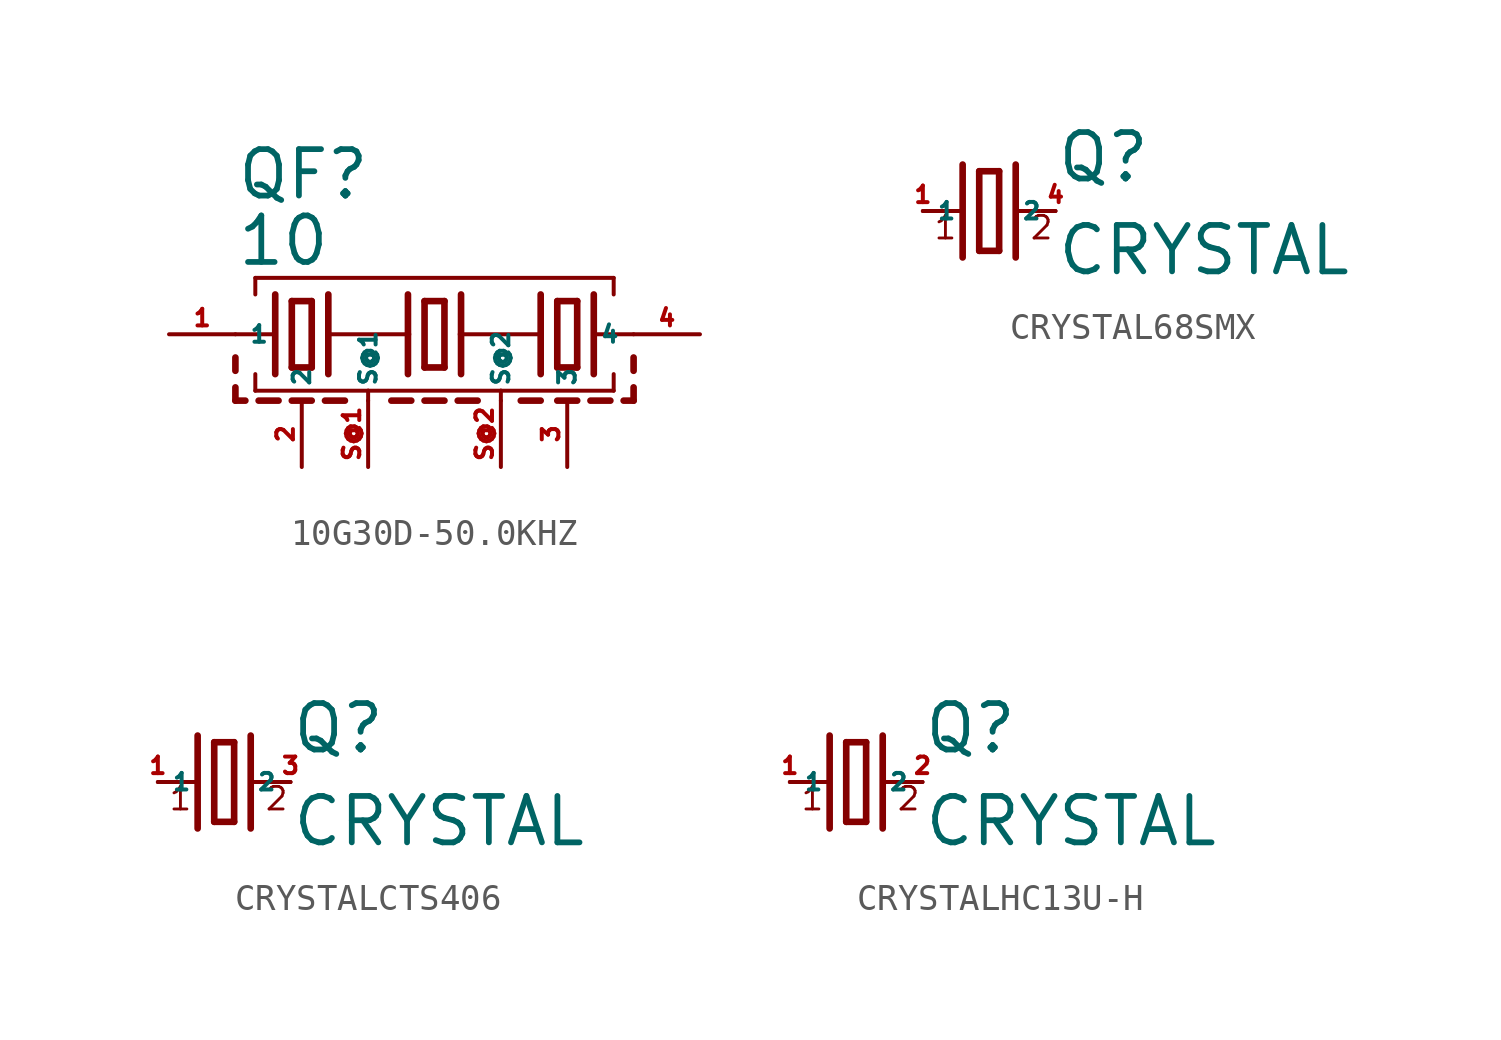
<source format=kicad_sym>
(kicad_symbol_lib
  (version 20220914)
  (generator Eagle2Kicad)
  (symbol "10G30D-50.0KHZ"
    (property "Reference" "QF"
      (at -7.62 5.08 0)
      (effects (font (size 1.778 1.778) (thickness 0.22)) (justify left bottom)))
    (property "Value" "10"
      (at -7.62 2.54 0)
      (effects (font (size 1.778 1.778) (thickness 0.22)) (justify left bottom)))
    (polyline
      (pts (xy 6.096 0) (xy 7.62 0))
      (stroke (width 0.152) (type default))
      (fill (type none)))
    (polyline
      (pts (xy -7.62 0) (xy -6.096 0))
      (stroke (width 0.152) (type default))
      (fill (type none)))
    (polyline
      (pts (xy -0.381 1.27) (xy -0.381 -1.27))
      (stroke (width 0.254) (type default))
      (fill (type none)))
    (polyline
      (pts (xy -0.381 -1.27) (xy 0.381 -1.27))
      (stroke (width 0.254) (type default))
      (fill (type none)))
    (polyline
      (pts (xy 0.381 -1.27) (xy 0.381 1.27))
      (stroke (width 0.254) (type default))
      (fill (type none)))
    (polyline
      (pts (xy 0.381 1.27) (xy -0.381 1.27))
      (stroke (width 0.254) (type default))
      (fill (type none)))
    (polyline
      (pts (xy 6.096 1.524) (xy 6.096 -1.524))
      (stroke (width 0.254) (type default))
      (fill (type none)))
    (polyline
      (pts (xy -6.096 1.524) (xy -6.096 -1.524))
      (stroke (width 0.254) (type default))
      (fill (type none)))
    (polyline
      (pts (xy -6.858 1.524) (xy -6.858 2.159))
      (stroke (width 0.152) (type default))
      (fill (type none)))
    (polyline
      (pts (xy -6.858 2.159) (xy 6.858 2.159))
      (stroke (width 0.152) (type default))
      (fill (type none)))
    (polyline
      (pts (xy 6.858 2.159) (xy 6.858 1.524))
      (stroke (width 0.152) (type default))
      (fill (type none)))
    (polyline
      (pts (xy 6.858 -1.524) (xy 6.858 -2.159))
      (stroke (width 0.152) (type default))
      (fill (type none)))
    (polyline
      (pts (xy -6.858 -2.159) (xy -2.54 -2.159))
      (stroke (width 0.152) (type default))
      (fill (type none)))
    (polyline
      (pts (xy -2.54 -2.159) (xy 2.54 -2.159))
      (stroke (width 0.152) (type default))
      (fill (type none)))
    (polyline
      (pts (xy 2.54 -2.159) (xy 6.858 -2.159))
      (stroke (width 0.152) (type default))
      (fill (type none)))
    (polyline
      (pts (xy -6.858 -2.159) (xy -6.858 -1.524))
      (stroke (width 0.152) (type default))
      (fill (type none)))
    (polyline
      (pts (xy -1.016 1.524) (xy -1.016 0))
      (stroke (width 0.254) (type default))
      (fill (type none)))
    (polyline
      (pts (xy -1.016 0) (xy -1.016 -1.524))
      (stroke (width 0.254) (type default))
      (fill (type none)))
    (polyline
      (pts (xy 1.016 1.524) (xy 1.016 0))
      (stroke (width 0.254) (type default))
      (fill (type none)))
    (polyline
      (pts (xy 1.016 0) (xy 1.016 -1.524))
      (stroke (width 0.254) (type default))
      (fill (type none)))
    (polyline
      (pts (xy -4.699 1.27) (xy -5.461 1.27))
      (stroke (width 0.254) (type default))
      (fill (type none)))
    (polyline
      (pts (xy -5.461 -1.27) (xy -4.699 -1.27))
      (stroke (width 0.254) (type default))
      (fill (type none)))
    (polyline
      (pts (xy -5.461 1.27) (xy -5.461 -1.27))
      (stroke (width 0.254) (type default))
      (fill (type none)))
    (polyline
      (pts (xy -4.699 -1.27) (xy -4.699 1.27))
      (stroke (width 0.254) (type default))
      (fill (type none)))
    (polyline
      (pts (xy 5.461 -1.27) (xy 5.461 1.27))
      (stroke (width 0.254) (type default))
      (fill (type none)))
    (polyline
      (pts (xy 4.699 1.27) (xy 4.699 -1.27))
      (stroke (width 0.254) (type default))
      (fill (type none)))
    (polyline
      (pts (xy 5.461 1.27) (xy 4.699 1.27))
      (stroke (width 0.254) (type default))
      (fill (type none)))
    (polyline
      (pts (xy 4.699 -1.27) (xy 5.461 -1.27))
      (stroke (width 0.254) (type default))
      (fill (type none)))
    (polyline
      (pts (xy 4.064 1.524) (xy 4.064 -1.524))
      (stroke (width 0.254) (type default))
      (fill (type none)))
    (polyline
      (pts (xy -4.064 1.524) (xy -4.064 0))
      (stroke (width 0.254) (type default))
      (fill (type none)))
    (polyline
      (pts (xy -4.064 0) (xy -4.064 -1.524))
      (stroke (width 0.254) (type default))
      (fill (type none)))
    (polyline
      (pts (xy -4.064 0) (xy -1.016 0))
      (stroke (width 0.152) (type default))
      (fill (type none)))
    (polyline
      (pts (xy 1.016 0) (xy 4.064 0))
      (stroke (width 0.152) (type default))
      (fill (type none)))
    (polyline
      (pts (xy -7.62 -2.032) (xy -7.62 -2.54))
      (stroke (width 0.254) (type default))
      (fill (type none)))
    (polyline
      (pts (xy -7.62 -2.54) (xy -7.239 -2.54))
      (stroke (width 0.254) (type default))
      (fill (type none)))
    (polyline
      (pts (xy -5.461 -2.54) (xy -4.699 -2.54))
      (stroke (width 0.254) (type default))
      (fill (type none)))
    (polyline
      (pts (xy -6.731 -2.54) (xy -5.969 -2.54))
      (stroke (width 0.254) (type default))
      (fill (type none)))
    (polyline
      (pts (xy 4.699 -2.54) (xy 5.461 -2.54))
      (stroke (width 0.254) (type default))
      (fill (type none)))
    (polyline
      (pts (xy -4.191 -2.54) (xy -3.429 -2.54))
      (stroke (width 0.254) (type default))
      (fill (type none)))
    (polyline
      (pts (xy -1.651 -2.54) (xy -0.889 -2.54))
      (stroke (width 0.254) (type default))
      (fill (type none)))
    (polyline
      (pts (xy -0.381 -2.54) (xy 0.381 -2.54))
      (stroke (width 0.254) (type default))
      (fill (type none)))
    (polyline
      (pts (xy 0.889 -2.54) (xy 1.651 -2.54))
      (stroke (width 0.254) (type default))
      (fill (type none)))
    (polyline
      (pts (xy 3.302 -2.54) (xy 4.064 -2.54))
      (stroke (width 0.254) (type default))
      (fill (type none)))
    (polyline
      (pts (xy -2.54 -2.54) (xy -2.54 -2.159))
      (stroke (width 0.152) (type default))
      (fill (type none)))
    (polyline
      (pts (xy 2.54 -2.54) (xy 2.54 -2.159))
      (stroke (width 0.152) (type default))
      (fill (type none)))
    (polyline
      (pts (xy 7.62 -2.54) (xy 7.239 -2.54))
      (stroke (width 0.254) (type default))
      (fill (type none)))
    (polyline
      (pts (xy 6.731 -2.54) (xy 5.969 -2.54))
      (stroke (width 0.254) (type default))
      (fill (type none)))
    (polyline
      (pts (xy 7.62 -2.032) (xy 7.62 -2.54))
      (stroke (width 0.254) (type default))
      (fill (type none)))
    (polyline
      (pts (xy -7.62 -0.889) (xy -7.62 -1.397))
      (stroke (width 0.254) (type default))
      (fill (type none)))
    (polyline
      (pts (xy 7.62 -0.889) (xy 7.62 -1.397))
      (stroke (width 0.254) (type default))
      (fill (type none)))
    (pin passive line
      (at 10.16 0 180)
      (length 2.54)
      (name "4" (effects (font (size 0.635 0.635) (thickness 0.08)) (justify left bottom)))
      (number "4" (effects (font (size 0.635 0.635) (thickness 0.08)) (justify left bottom))))
    (pin passive line
      (at -10.16 0 0)
      (length 2.54)
      (name "1" (effects (font (size 0.635 0.635) (thickness 0.08)) (justify left bottom)))
      (number "1" (effects (font (size 0.635 0.635) (thickness 0.08)) (justify left bottom))))
    (pin passive line
      (at -5.08 -5.08 90)
      (length 2.54)
      (name "2" (effects (font (size 0.635 0.635) (thickness 0.08)) (justify left bottom)))
      (number "2" (effects (font (size 0.635 0.635) (thickness 0.08)) (justify left bottom))))
    (pin passive line
      (at 5.08 -5.08 90)
      (length 2.54)
      (name "3" (effects (font (size 0.635 0.635) (thickness 0.08)) (justify left bottom)))
      (number "3" (effects (font (size 0.635 0.635) (thickness 0.08)) (justify left bottom))))
    (pin passive line
      (at -2.54 -5.08 90)
      (length 2.54)
      (name "S@1" (effects (font (size 0.635 0.635) (thickness 0.08)) (justify left bottom)))
      (number "S@1" (effects (font (size 0.635 0.635) (thickness 0.08)) (justify left bottom))))
    (pin passive line
      (at 2.54 -5.08 90)
      (length 2.54)
      (name "S@2" (effects (font (size 0.635 0.635) (thickness 0.08)) (justify left bottom)))
      (number "S@2" (effects (font (size 0.635 0.635) (thickness 0.08)) (justify left bottom)))))
  (symbol "CRYSTAL68SMX"
    (property "Reference" "Q"
      (at 2.54 1.016 0)
      (effects (font (size 1.778 1.778) (thickness 0.22)) (justify left bottom)))
    (property "Value" "CRYSTAL"
      (at 2.54 -2.54 0)
      (effects (font (size 1.778 1.778) (thickness 0.22)) (justify left bottom)))
    (polyline
      (pts (xy 1.016 0) (xy 2.54 0))
      (stroke (width 0.152) (type default))
      (fill (type none)))
    (polyline
      (pts (xy -2.54 0) (xy -1.016 0))
      (stroke (width 0.152) (type default))
      (fill (type none)))
    (polyline
      (pts (xy -0.381 1.524) (xy -0.381 -1.524))
      (stroke (width 0.254) (type default))
      (fill (type none)))
    (polyline
      (pts (xy -0.381 -1.524) (xy 0.381 -1.524))
      (stroke (width 0.254) (type default))
      (fill (type none)))
    (polyline
      (pts (xy 0.381 -1.524) (xy 0.381 1.524))
      (stroke (width 0.254) (type default))
      (fill (type none)))
    (polyline
      (pts (xy 0.381 1.524) (xy -0.381 1.524))
      (stroke (width 0.254) (type default))
      (fill (type none)))
    (polyline
      (pts (xy 1.016 1.778) (xy 1.016 -1.778))
      (stroke (width 0.254) (type default))
      (fill (type none)))
    (polyline
      (pts (xy -1.016 1.778) (xy -1.016 -1.778))
      (stroke (width 0.254) (type default))
      (fill (type none)))
    (text "1"
      (at -2.159 -1.143 0)
      (effects (font (size 0.864 0.864) (thickness 0.11)) (justify left bottom)))
    (text "2"
      (at 1.524 -1.143 0)
      (effects (font (size 0.864 0.864) (thickness 0.11)) (justify left bottom)))
    (pin passive line
      (at 2.54 0 180)
      (length 0)
      (name "2" (effects (font (size 0.635 0.635) (thickness 0.08)) (justify left bottom)))
      (number "4" (effects (font (size 0.635 0.635) (thickness 0.08)) (justify left bottom))))
    (pin passive line
      (at -2.54 0 0)
      (length 0)
      (name "1" (effects (font (size 0.635 0.635) (thickness 0.08)) (justify left bottom)))
      (number "1" (effects (font (size 0.635 0.635) (thickness 0.08)) (justify left bottom)))))
  (symbol "CRYSTALCTS406"
    (property "Reference" "Q"
      (at 2.54 1.016 0)
      (effects (font (size 1.778 1.778) (thickness 0.22)) (justify left bottom)))
    (property "Value" "CRYSTAL"
      (at 2.54 -2.54 0)
      (effects (font (size 1.778 1.778) (thickness 0.22)) (justify left bottom)))
    (polyline
      (pts (xy 1.016 0) (xy 2.54 0))
      (stroke (width 0.152) (type default))
      (fill (type none)))
    (polyline
      (pts (xy -2.54 0) (xy -1.016 0))
      (stroke (width 0.152) (type default))
      (fill (type none)))
    (polyline
      (pts (xy -0.381 1.524) (xy -0.381 -1.524))
      (stroke (width 0.254) (type default))
      (fill (type none)))
    (polyline
      (pts (xy -0.381 -1.524) (xy 0.381 -1.524))
      (stroke (width 0.254) (type default))
      (fill (type none)))
    (polyline
      (pts (xy 0.381 -1.524) (xy 0.381 1.524))
      (stroke (width 0.254) (type default))
      (fill (type none)))
    (polyline
      (pts (xy 0.381 1.524) (xy -0.381 1.524))
      (stroke (width 0.254) (type default))
      (fill (type none)))
    (polyline
      (pts (xy 1.016 1.778) (xy 1.016 -1.778))
      (stroke (width 0.254) (type default))
      (fill (type none)))
    (polyline
      (pts (xy -1.016 1.778) (xy -1.016 -1.778))
      (stroke (width 0.254) (type default))
      (fill (type none)))
    (text "1"
      (at -2.159 -1.143 0)
      (effects (font (size 0.864 0.864) (thickness 0.11)) (justify left bottom)))
    (text "2"
      (at 1.524 -1.143 0)
      (effects (font (size 0.864 0.864) (thickness 0.11)) (justify left bottom)))
    (pin passive line
      (at 2.54 0 180)
      (length 0)
      (name "2" (effects (font (size 0.635 0.635) (thickness 0.08)) (justify left bottom)))
      (number "3" (effects (font (size 0.635 0.635) (thickness 0.08)) (justify left bottom))))
    (pin passive line
      (at -2.54 0 0)
      (length 0)
      (name "1" (effects (font (size 0.635 0.635) (thickness 0.08)) (justify left bottom)))
      (number "1" (effects (font (size 0.635 0.635) (thickness 0.08)) (justify left bottom)))))
  (symbol "CRYSTALHC13U-H"
    (property "Reference" "Q"
      (at 2.54 1.016 0)
      (effects (font (size 1.778 1.778) (thickness 0.22)) (justify left bottom)))
    (property "Value" "CRYSTAL"
      (at 2.54 -2.54 0)
      (effects (font (size 1.778 1.778) (thickness 0.22)) (justify left bottom)))
    (polyline
      (pts (xy 1.016 0) (xy 2.54 0))
      (stroke (width 0.152) (type default))
      (fill (type none)))
    (polyline
      (pts (xy -2.54 0) (xy -1.016 0))
      (stroke (width 0.152) (type default))
      (fill (type none)))
    (polyline
      (pts (xy -0.381 1.524) (xy -0.381 -1.524))
      (stroke (width 0.254) (type default))
      (fill (type none)))
    (polyline
      (pts (xy -0.381 -1.524) (xy 0.381 -1.524))
      (stroke (width 0.254) (type default))
      (fill (type none)))
    (polyline
      (pts (xy 0.381 -1.524) (xy 0.381 1.524))
      (stroke (width 0.254) (type default))
      (fill (type none)))
    (polyline
      (pts (xy 0.381 1.524) (xy -0.381 1.524))
      (stroke (width 0.254) (type default))
      (fill (type none)))
    (polyline
      (pts (xy 1.016 1.778) (xy 1.016 -1.778))
      (stroke (width 0.254) (type default))
      (fill (type none)))
    (polyline
      (pts (xy -1.016 1.778) (xy -1.016 -1.778))
      (stroke (width 0.254) (type default))
      (fill (type none)))
    (text "1"
      (at -2.159 -1.143 0)
      (effects (font (size 0.864 0.864) (thickness 0.11)) (justify left bottom)))
    (text "2"
      (at 1.524 -1.143 0)
      (effects (font (size 0.864 0.864) (thickness 0.11)) (justify left bottom)))
    (pin passive line
      (at 2.54 0 180)
      (length 0)
      (name "2" (effects (font (size 0.635 0.635) (thickness 0.08)) (justify left bottom)))
      (number "2" (effects (font (size 0.635 0.635) (thickness 0.08)) (justify left bottom))))
    (pin passive line
      (at -2.54 0 0)
      (length 0)
      (name "1" (effects (font (size 0.635 0.635) (thickness 0.08)) (justify left bottom)))
      (number "1" (effects (font (size 0.635 0.635) (thickness 0.08)) (justify left bottom))))))
</source>
